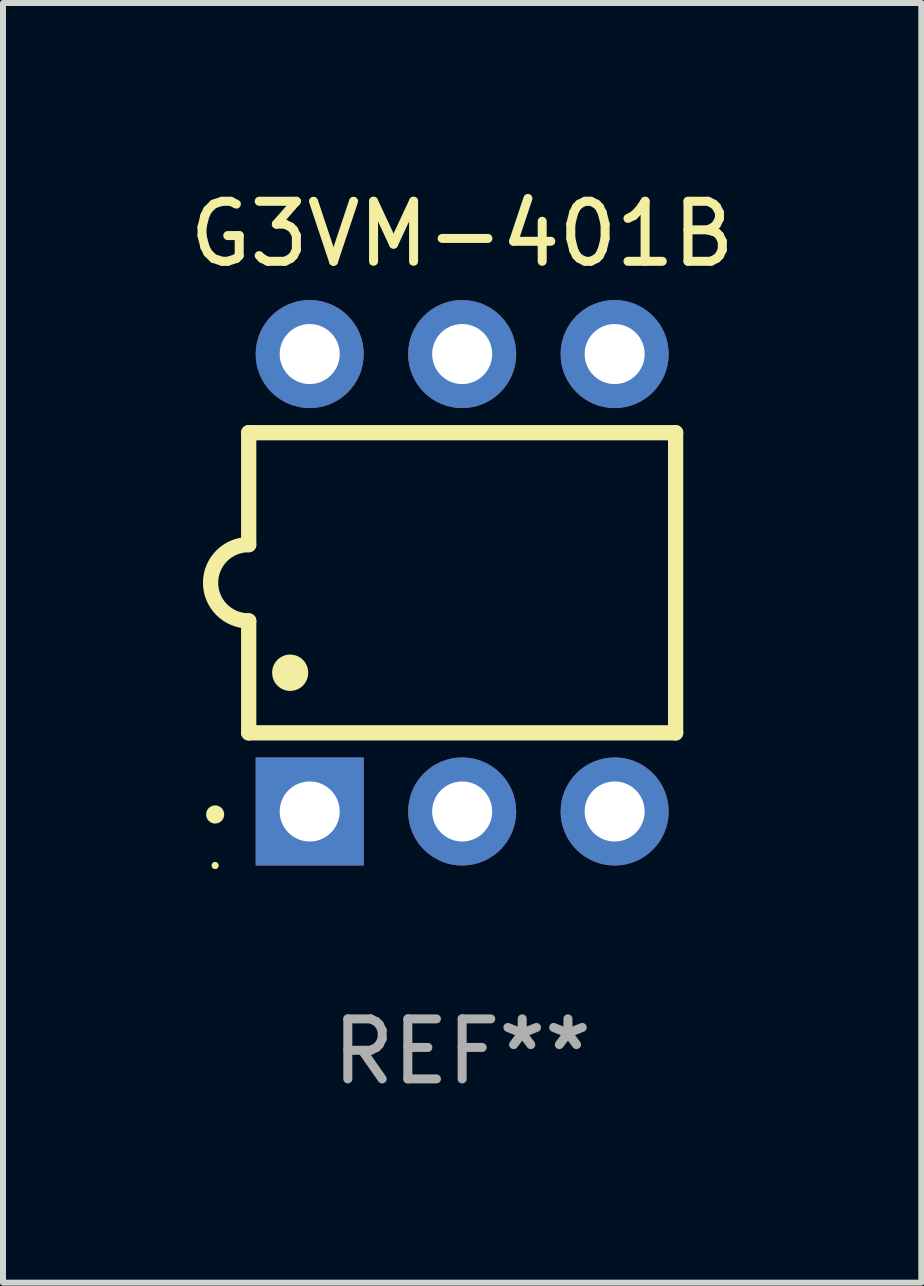
<source format=kicad_pcb>
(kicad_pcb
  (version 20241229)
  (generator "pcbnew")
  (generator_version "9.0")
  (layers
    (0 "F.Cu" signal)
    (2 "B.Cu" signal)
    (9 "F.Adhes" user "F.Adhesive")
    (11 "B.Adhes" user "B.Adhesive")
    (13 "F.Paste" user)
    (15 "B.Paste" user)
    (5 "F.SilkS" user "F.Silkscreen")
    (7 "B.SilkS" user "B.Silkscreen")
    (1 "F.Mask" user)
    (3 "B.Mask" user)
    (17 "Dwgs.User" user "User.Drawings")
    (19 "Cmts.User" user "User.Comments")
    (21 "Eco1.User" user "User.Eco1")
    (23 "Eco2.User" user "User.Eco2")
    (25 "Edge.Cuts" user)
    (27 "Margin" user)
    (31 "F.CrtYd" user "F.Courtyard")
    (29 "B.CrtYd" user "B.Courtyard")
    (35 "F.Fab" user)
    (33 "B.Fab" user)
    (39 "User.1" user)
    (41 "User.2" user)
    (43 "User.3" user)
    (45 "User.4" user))
  (footprint "G3VM-401B"
    (layer "F.Cu")
    (at 4.649 6.658)
    (property "Reference" "G3VM-401B" (at 0 -5.81 0) (layer "F.SilkS") (effects (font (size 1 1) (thickness 0.15))))
    (attr through_hole)
    (fp_line (start -3.556 -2.5) (end 3.556 -2.5) (stroke (width 0.254) (type solid)) (layer "F.SilkS"))
    (fp_line (start -3.556 -0.635) (end -3.556 -2.5) (stroke (width 0.254) (type solid)) (layer "F.SilkS"))
    (fp_line (start -3.556 0.635) (end -3.556 2.5) (stroke (width 0.254) (type solid)) (layer "F.SilkS"))
    (fp_line (start -3.556 2.5) (end 3.556 2.5) (stroke (width 0.254) (type solid)) (layer "F.SilkS"))
    (fp_line (start 3.556 -2.5) (end 3.556 2.5) (stroke (width 0.254) (type solid)) (layer "F.SilkS"))
    (fp_arc (start -4.114808 3.860808) (mid -4.114813 3.859538) (end -4.114808 3.858268) (stroke (width 0.3) (type solid)) (layer "F.SilkS"))
    (fp_arc (start -3.556007 0.635001) (mid -4.191008 0) (end -3.556007 -0.635001) (stroke (width 0.254001) (type solid)) (layer "F.SilkS"))
    (fp_arc (start -2.865405 1.501143) (mid -2.865416 1.498603) (end -2.865405 1.496063) (stroke (width 0.6) (type solid)) (layer "F.SilkS"))
    (fp_circle (center -4.115 4.71) (end -4.085 4.71) (stroke (width 0.06) (type solid)) (fill no) (layer "F.SilkS"))
    (fp_text user "REF**" (at 0 7.81 0) (layer "F.Fab") (effects (font (size 1 1) (thickness 0.15))))
    (pad "1" thru_hole rect (at -2.54 3.81 90) (size 1.8 1.8) (drill 1) (layers "*.Cu" "*.Mask"))
    (pad "2" thru_hole circle (at 0 3.81) (size 1.8 1.8) (drill 1) (layers "*.Cu" "*.Mask"))
    (pad "3" thru_hole circle (at 2.54 3.81) (size 1.8 1.8) (drill 1) (layers "*.Cu" "*.Mask"))
    (pad "4" thru_hole circle (at 2.54 -3.81) (size 1.8 1.8) (drill 1) (layers "*.Cu" "*.Mask"))
    (pad "5" thru_hole circle (at 0 -3.81) (size 1.8 1.8) (drill 1) (layers "*.Cu" "*.Mask"))
    (pad "6" thru_hole circle (at -2.54 -3.81) (size 1.8 1.8) (drill 1) (layers "*.Cu" "*.Mask")))
  (gr_rect
    (start -3 -3)
    (end 12.298 18.317)
    (stroke (width 0.1) (type default))
    (fill no)
    (layer "Edge.Cuts")))
</source>
